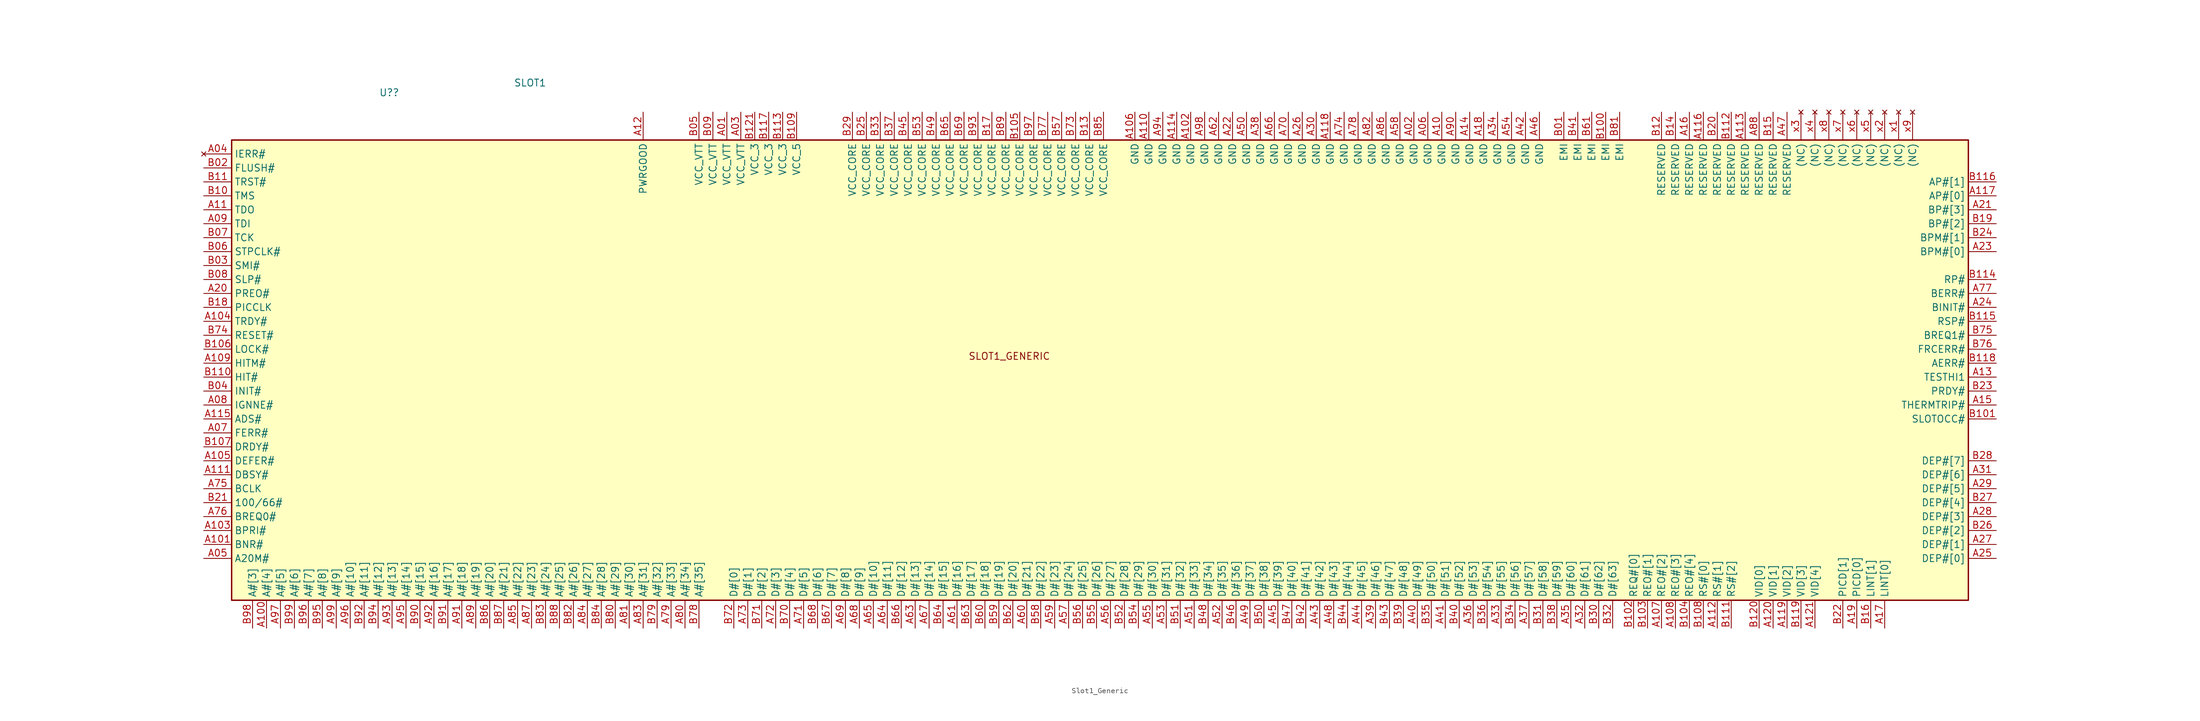
<source format=kicad_sym>
(kicad_symbol_lib
  (version 20240819)
  (generator "kicad_symbol_editor")
  (generator_version "8.99")
  (symbol "Slot1_Generic"
    (property "Reference" "U?"
      (at -112.268 50.546 0)
      (effects (font (size 1.27 1.27))))
    (property "Value" "SLOT1"
      (at -86.614 52.324 0)
      (effects (font (size 1.27 1.27))))
    (symbol "Slot1_Generic_0_1"
      (rectangle (start -140.97 41.91) (end 175.26 -41.91) (stroke (width 0.254) (type default)) (fill (type background))))
    (symbol "Slot1_Generic_1_1"
      (text "SLOT1_GENERIC" (at 0.635 2.54 0) (effects (font (size 1.27 1.27))))
      (pin no_connect line (at -146.05 39.37 0) (length 5.08) (name "IERR#" (effects (font (size 1.27 1.27)))) (number "A04" (effects (font (size 1.27 1.27)))))
      (pin input line (at -146.05 36.83 0) (length 5.08) (name "FLUSH#" (effects (font (size 1.27 1.27)))) (number "B02" (effects (font (size 1.27 1.27)))))
      (pin input line (at -146.05 34.29 0) (length 5.08) (name "TRST#" (effects (font (size 1.27 1.27)))) (number "B11" (effects (font (size 1.27 1.27)))))
      (pin input line (at -146.05 31.75 0) (length 5.08) (name "TMS" (effects (font (size 1.27 1.27)))) (number "B10" (effects (font (size 1.27 1.27)))))
      (pin output line (at -146.05 29.21 0) (length 5.08) (name "TDO" (effects (font (size 1.27 1.27)))) (number "A11" (effects (font (size 1.27 1.27)))))
      (pin input line (at -146.05 26.67 0) (length 5.08) (name "TDI" (effects (font (size 1.27 1.27)))) (number "A09" (effects (font (size 1.27 1.27)))))
      (pin input line (at -146.05 24.13 0) (length 5.08) (name "TCK" (effects (font (size 1.27 1.27)))) (number "B07" (effects (font (size 1.27 1.27)))))
      (pin input line (at -146.05 21.59 0) (length 5.08) (name "STPCLK#" (effects (font (size 1.27 1.27)))) (number "B06" (effects (font (size 1.27 1.27)))))
      (pin input line (at -146.05 19.05 0) (length 5.08) (name "SMI#" (effects (font (size 1.27 1.27)))) (number "B03" (effects (font (size 1.27 1.27)))))
      (pin input line (at -146.05 16.51 0) (length 5.08) (name "SLP#" (effects (font (size 1.27 1.27)))) (number "B08" (effects (font (size 1.27 1.27)))))
      (pin input line (at -146.05 13.97 0) (length 5.08) (name "PREO#" (effects (font (size 1.27 1.27)))) (number "A20" (effects (font (size 1.27 1.27)))))
      (pin input line (at -146.05 11.43 0) (length 5.08) (name "PICCLK" (effects (font (size 1.27 1.27)))) (number "B18" (effects (font (size 1.27 1.27)))))
      (pin input line (at -146.05 8.89 0) (length 5.08) (name "TRDY#" (effects (font (size 1.27 1.27)))) (number "A104" (effects (font (size 1.27 1.27)))))
      (pin input line (at -146.05 6.35 0) (length 5.08) (name "RESET#" (effects (font (size 1.27 1.27)))) (number "B74" (effects (font (size 1.27 1.27)))))
      (pin input line (at -146.05 3.81 0) (length 5.08) (name "LOCK#" (effects (font (size 1.27 1.27)))) (number "B106" (effects (font (size 1.27 1.27)))))
      (pin bidirectional line (at -146.05 1.27 0) (length 5.08) (name "HITM#" (effects (font (size 1.27 1.27)))) (number "A109" (effects (font (size 1.27 1.27)))))
      (pin bidirectional line (at -146.05 -1.27 0) (length 5.08) (name "HIT#" (effects (font (size 1.27 1.27)))) (number "B110" (effects (font (size 1.27 1.27)))))
      (pin input line (at -146.05 -3.81 0) (length 5.08) (name "INIT#" (effects (font (size 1.27 1.27)))) (number "B04" (effects (font (size 1.27 1.27)))))
      (pin input line (at -146.05 -6.35 0) (length 5.08) (name "IGNNE#" (effects (font (size 1.27 1.27)))) (number "A08" (effects (font (size 1.27 1.27)))))
      (pin bidirectional line (at -146.05 -8.89 0) (length 5.08) (name "ADS#" (effects (font (size 1.27 1.27)))) (number "A115" (effects (font (size 1.27 1.27)))))
      (pin output line (at -146.05 -11.43 0) (length 5.08) (name "FERR#" (effects (font (size 1.27 1.27)))) (number "A07" (effects (font (size 1.27 1.27)))))
      (pin bidirectional line (at -146.05 -13.97 0) (length 5.08) (name "DRDY#" (effects (font (size 1.27 1.27)))) (number "B107" (effects (font (size 1.27 1.27)))))
      (pin input line (at -146.05 -16.51 0) (length 5.08) (name "DEFER#" (effects (font (size 1.27 1.27)))) (number "A105" (effects (font (size 1.27 1.27)))))
      (pin bidirectional line (at -146.05 -19.05 0) (length 5.08) (name "DBSY#" (effects (font (size 1.27 1.27)))) (number "A111" (effects (font (size 1.27 1.27)))))
      (pin input line (at -146.05 -21.59 0) (length 5.08) (name "BCLK" (effects (font (size 1.27 1.27)))) (number "A75" (effects (font (size 1.27 1.27)))))
      (pin input line (at -146.05 -24.13 0) (length 5.08) (name "100/66#" (effects (font (size 1.27 1.27)))) (number "B21" (effects (font (size 1.27 1.27)))))
      (pin input line (at -146.05 -26.67 0) (length 5.08) (name "BREQ0#" (effects (font (size 1.27 1.27)))) (number "A76" (effects (font (size 1.27 1.27)))))
      (pin input line (at -146.05 -29.21 0) (length 5.08) (name "BPRI#" (effects (font (size 1.27 1.27)))) (number "A103" (effects (font (size 1.27 1.27)))))
      (pin bidirectional line (at -146.05 -31.75 0) (length 5.08) (name "BNR#" (effects (font (size 1.27 1.27)))) (number "A101" (effects (font (size 1.27 1.27)))))
      (pin input line (at -146.05 -34.29 0) (length 5.08) (name "A20M#" (effects (font (size 1.27 1.27)))) (number "A05" (effects (font (size 1.27 1.27)))))
      (pin bidirectional line (at -137.16 -46.99 90) (length 5.08) (name "A#[3]" (effects (font (size 1.27 1.27)))) (number "B98" (effects (font (size 1.27 1.27)))))
      (pin bidirectional line (at -134.62 -46.99 90) (length 5.08) (name "A#[4]" (effects (font (size 1.27 1.27)))) (number "A100" (effects (font (size 1.27 1.27)))))
      (pin bidirectional line (at -132.08 -46.99 90) (length 5.08) (name "A#[5]" (effects (font (size 1.27 1.27)))) (number "A97" (effects (font (size 1.27 1.27)))))
      (pin bidirectional line (at -129.54 -46.99 90) (length 5.08) (name "A#[6]" (effects (font (size 1.27 1.27)))) (number "B99" (effects (font (size 1.27 1.27)))))
      (pin bidirectional line (at -127 -46.99 90) (length 5.08) (name "A#[7]" (effects (font (size 1.27 1.27)))) (number "B96" (effects (font (size 1.27 1.27)))))
      (pin bidirectional line (at -124.46 -46.99 90) (length 5.08) (name "A#[8]" (effects (font (size 1.27 1.27)))) (number "B95" (effects (font (size 1.27 1.27)))))
      (pin bidirectional line (at -121.92 -46.99 90) (length 5.08) (name "A#[9]" (effects (font (size 1.27 1.27)))) (number "A99" (effects (font (size 1.27 1.27)))))
      (pin bidirectional line (at -119.38 -46.99 90) (length 5.08) (name "A#[10]" (effects (font (size 1.27 1.27)))) (number "A96" (effects (font (size 1.27 1.27)))))
      (pin bidirectional line (at -116.84 -46.99 90) (length 5.08) (name "A#[11]" (effects (font (size 1.27 1.27)))) (number "B92" (effects (font (size 1.27 1.27)))))
      (pin bidirectional line (at -114.3 -46.99 90) (length 5.08) (name "A#[12]" (effects (font (size 1.27 1.27)))) (number "B94" (effects (font (size 1.27 1.27)))))
      (pin bidirectional line (at -111.76 -46.99 90) (length 5.08) (name "A#[13]" (effects (font (size 1.27 1.27)))) (number "A93" (effects (font (size 1.27 1.27)))))
      (pin bidirectional line (at -109.22 -46.99 90) (length 5.08) (name "A#[14]" (effects (font (size 1.27 1.27)))) (number "A95" (effects (font (size 1.27 1.27)))))
      (pin bidirectional line (at -106.68 -46.99 90) (length 5.08) (name "A#[15]" (effects (font (size 1.27 1.27)))) (number "B90" (effects (font (size 1.27 1.27)))))
      (pin bidirectional line (at -104.14 -46.99 90) (length 5.08) (name "A#[16]" (effects (font (size 1.27 1.27)))) (number "A92" (effects (font (size 1.27 1.27)))))
      (pin bidirectional line (at -101.6 -46.99 90) (length 5.08) (name "A#[17]" (effects (font (size 1.27 1.27)))) (number "B91" (effects (font (size 1.27 1.27)))))
      (pin bidirectional line (at -99.06 -46.99 90) (length 5.08) (name "A#[18]" (effects (font (size 1.27 1.27)))) (number "A91" (effects (font (size 1.27 1.27)))))
      (pin bidirectional line (at -96.52 -46.99 90) (length 5.08) (name "A#[19]" (effects (font (size 1.27 1.27)))) (number "A89" (effects (font (size 1.27 1.27)))))
      (pin bidirectional line (at -93.98 -46.99 90) (length 5.08) (name "A#[20]" (effects (font (size 1.27 1.27)))) (number "B86" (effects (font (size 1.27 1.27)))))
      (pin bidirectional line (at -91.44 -46.99 90) (length 5.08) (name "A#[21]" (effects (font (size 1.27 1.27)))) (number "B87" (effects (font (size 1.27 1.27)))))
      (pin bidirectional line (at -88.9 -46.99 90) (length 5.08) (name "A#[22]" (effects (font (size 1.27 1.27)))) (number "A85" (effects (font (size 1.27 1.27)))))
      (pin bidirectional line (at -86.36 -46.99 90) (length 5.08) (name "A#[23]" (effects (font (size 1.27 1.27)))) (number "A87" (effects (font (size 1.27 1.27)))))
      (pin bidirectional line (at -83.82 -46.99 90) (length 5.08) (name "A#[24]" (effects (font (size 1.27 1.27)))) (number "B83" (effects (font (size 1.27 1.27)))))
      (pin bidirectional line (at -81.28 -46.99 90) (length 5.08) (name "A#[25]" (effects (font (size 1.27 1.27)))) (number "B88" (effects (font (size 1.27 1.27)))))
      (pin bidirectional line (at -78.74 -46.99 90) (length 5.08) (name "A#[26]" (effects (font (size 1.27 1.27)))) (number "B82" (effects (font (size 1.27 1.27)))))
      (pin bidirectional line (at -76.2 -46.99 90) (length 5.08) (name "A#[27]" (effects (font (size 1.27 1.27)))) (number "A84" (effects (font (size 1.27 1.27)))))
      (pin bidirectional line (at -73.66 -46.99 90) (length 5.08) (name "A#[28]" (effects (font (size 1.27 1.27)))) (number "B84" (effects (font (size 1.27 1.27)))))
      (pin bidirectional line (at -71.12 -46.99 90) (length 5.08) (name "A#[29]" (effects (font (size 1.27 1.27)))) (number "B80" (effects (font (size 1.27 1.27)))))
      (pin bidirectional line (at -68.58 -46.99 90) (length 5.08) (name "A#[30]" (effects (font (size 1.27 1.27)))) (number "A81" (effects (font (size 1.27 1.27)))))
      (pin input line (at -66.04 46.99 270) (length 5.08) (name "PWRGOOD" (effects (font (size 1.27 1.27)))) (number "A12" (effects (font (size 1.27 1.27)))))
      (pin bidirectional line (at -66.04 -46.99 90) (length 5.08) (name "A#[31]" (effects (font (size 1.27 1.27)))) (number "A83" (effects (font (size 1.27 1.27)))))
      (pin bidirectional line (at -63.5 -46.99 90) (length 5.08) (name "A#[32]" (effects (font (size 1.27 1.27)))) (number "B79" (effects (font (size 1.27 1.27)))))
      (pin bidirectional line (at -60.96 -46.99 90) (length 5.08) (name "A#[33]" (effects (font (size 1.27 1.27)))) (number "A79" (effects (font (size 1.27 1.27)))))
      (pin bidirectional line (at -58.42 -46.99 90) (length 5.08) (name "A#[34]" (effects (font (size 1.27 1.27)))) (number "A80" (effects (font (size 1.27 1.27)))))
      (pin power_in line (at -55.88 46.99 270) (length 5.08) (name "VCC_VTT" (effects (font (size 1.27 1.27)))) (number "B05" (effects (font (size 1.27 1.27)))))
      (pin bidirectional line (at -55.88 -46.99 90) (length 5.08) (name "A#[35]" (effects (font (size 1.27 1.27)))) (number "B78" (effects (font (size 1.27 1.27)))))
      (pin power_in line (at -53.34 46.99 270) (length 5.08) (name "VCC_VTT" (effects (font (size 1.27 1.27)))) (number "B09" (effects (font (size 1.27 1.27)))))
      (pin power_in line (at -50.8 46.99 270) (length 5.08) (name "VCC_VTT" (effects (font (size 1.27 1.27)))) (number "A01" (effects (font (size 1.27 1.27)))))
      (pin bidirectional line (at -49.53 -46.99 90) (length 5.08) (name "D#[0]" (effects (font (size 1.27 1.27)))) (number "B72" (effects (font (size 1.27 1.27)))))
      (pin power_in line (at -48.26 46.99 270) (length 5.08) (name "VCC_VTT" (effects (font (size 1.27 1.27)))) (number "A03" (effects (font (size 1.27 1.27)))))
      (pin bidirectional line (at -46.99 -46.99 90) (length 5.08) (name "D#[1]" (effects (font (size 1.27 1.27)))) (number "A73" (effects (font (size 1.27 1.27)))))
      (pin power_in line (at -45.72 46.99 270) (length 5.08) (name "VCC_3" (effects (font (size 1.27 1.27)))) (number "B121" (effects (font (size 1.27 1.27)))))
      (pin bidirectional line (at -44.45 -46.99 90) (length 5.08) (name "D#[2]" (effects (font (size 1.27 1.27)))) (number "B71" (effects (font (size 1.27 1.27)))))
      (pin power_in line (at -43.18 46.99 270) (length 5.08) (name "VCC_3" (effects (font (size 1.27 1.27)))) (number "B117" (effects (font (size 1.27 1.27)))))
      (pin bidirectional line (at -41.91 -46.99 90) (length 5.08) (name "D#[3]" (effects (font (size 1.27 1.27)))) (number "A72" (effects (font (size 1.27 1.27)))))
      (pin power_in line (at -40.64 46.99 270) (length 5.08) (name "VCC_3" (effects (font (size 1.27 1.27)))) (number "B113" (effects (font (size 1.27 1.27)))))
      (pin bidirectional line (at -39.37 -46.99 90) (length 5.08) (name "D#[4]" (effects (font (size 1.27 1.27)))) (number "B70" (effects (font (size 1.27 1.27)))))
      (pin input line (at -38.1 46.99 270) (length 5.08) (name "VCC_5" (effects (font (size 1.27 1.27)))) (number "B109" (effects (font (size 1.27 1.27)))))
      (pin bidirectional line (at -36.83 -46.99 90) (length 5.08) (name "D#[5]" (effects (font (size 1.27 1.27)))) (number "A71" (effects (font (size 1.27 1.27)))))
      (pin bidirectional line (at -34.29 -46.99 90) (length 5.08) (name "D#[6]" (effects (font (size 1.27 1.27)))) (number "B68" (effects (font (size 1.27 1.27)))))
      (pin bidirectional line (at -31.75 -46.99 90) (length 5.08) (name "D#[7]" (effects (font (size 1.27 1.27)))) (number "B67" (effects (font (size 1.27 1.27)))))
      (pin bidirectional line (at -29.21 -46.99 90) (length 5.08) (name "D#[8]" (effects (font (size 1.27 1.27)))) (number "A69" (effects (font (size 1.27 1.27)))))
      (pin power_in line (at -27.94 46.99 270) (length 5.08) (name "VCC_CORE" (effects (font (size 1.27 1.27)))) (number "B29" (effects (font (size 1.27 1.27)))))
      (pin bidirectional line (at -26.67 -46.99 90) (length 5.08) (name "D#[9]" (effects (font (size 1.27 1.27)))) (number "A68" (effects (font (size 1.27 1.27)))))
      (pin power_in line (at -25.4 46.99 270) (length 5.08) (name "VCC_CORE" (effects (font (size 1.27 1.27)))) (number "B25" (effects (font (size 1.27 1.27)))))
      (pin bidirectional line (at -24.13 -46.99 90) (length 5.08) (name "D#[10]" (effects (font (size 1.27 1.27)))) (number "A65" (effects (font (size 1.27 1.27)))))
      (pin power_in line (at -22.86 46.99 270) (length 5.08) (name "VCC_CORE" (effects (font (size 1.27 1.27)))) (number "B33" (effects (font (size 1.27 1.27)))))
      (pin bidirectional line (at -21.59 -46.99 90) (length 5.08) (name "D#[11]" (effects (font (size 1.27 1.27)))) (number "A64" (effects (font (size 1.27 1.27)))))
      (pin power_in line (at -20.32 46.99 270) (length 5.08) (name "VCC_CORE" (effects (font (size 1.27 1.27)))) (number "B37" (effects (font (size 1.27 1.27)))))
      (pin bidirectional line (at -19.05 -46.99 90) (length 5.08) (name "D#[12]" (effects (font (size 1.27 1.27)))) (number "B66" (effects (font (size 1.27 1.27)))))
      (pin power_in line (at -17.78 46.99 270) (length 5.08) (name "VCC_CORE" (effects (font (size 1.27 1.27)))) (number "B45" (effects (font (size 1.27 1.27)))))
      (pin bidirectional line (at -16.51 -46.99 90) (length 5.08) (name "D#[13]" (effects (font (size 1.27 1.27)))) (number "A63" (effects (font (size 1.27 1.27)))))
      (pin power_in line (at -15.24 46.99 270) (length 5.08) (name "VCC_CORE" (effects (font (size 1.27 1.27)))) (number "B53" (effects (font (size 1.27 1.27)))))
      (pin bidirectional line (at -13.97 -46.99 90) (length 5.08) (name "D#[14]" (effects (font (size 1.27 1.27)))) (number "A67" (effects (font (size 1.27 1.27)))))
      (pin power_in line (at -12.7 46.99 270) (length 5.08) (name "VCC_CORE" (effects (font (size 1.27 1.27)))) (number "B49" (effects (font (size 1.27 1.27)))))
      (pin bidirectional line (at -11.43 -46.99 90) (length 5.08) (name "D#[15]" (effects (font (size 1.27 1.27)))) (number "B64" (effects (font (size 1.27 1.27)))))
      (pin power_in line (at -10.16 46.99 270) (length 5.08) (name "VCC_CORE" (effects (font (size 1.27 1.27)))) (number "B65" (effects (font (size 1.27 1.27)))))
      (pin bidirectional line (at -8.89 -46.99 90) (length 5.08) (name "D#[16]" (effects (font (size 1.27 1.27)))) (number "A61" (effects (font (size 1.27 1.27)))))
      (pin power_in line (at -7.62 46.99 270) (length 5.08) (name "VCC_CORE" (effects (font (size 1.27 1.27)))) (number "B69" (effects (font (size 1.27 1.27)))))
      (pin bidirectional line (at -6.35 -46.99 90) (length 5.08) (name "D#[17]" (effects (font (size 1.27 1.27)))) (number "B63" (effects (font (size 1.27 1.27)))))
      (pin power_in line (at -5.08 46.99 270) (length 5.08) (name "VCC_CORE" (effects (font (size 1.27 1.27)))) (number "B93" (effects (font (size 1.27 1.27)))))
      (pin bidirectional line (at -3.81 -46.99 90) (length 5.08) (name "D#[18]" (effects (font (size 1.27 1.27)))) (number "B60" (effects (font (size 1.27 1.27)))))
      (pin power_in line (at -2.54 46.99 270) (length 5.08) (name "VCC_CORE" (effects (font (size 1.27 1.27)))) (number "B17" (effects (font (size 1.27 1.27)))))
      (pin bidirectional line (at -1.27 -46.99 90) (length 5.08) (name "D#[19]" (effects (font (size 1.27 1.27)))) (number "B59" (effects (font (size 1.27 1.27)))))
      (pin power_in line (at 0 46.99 270) (length 5.08) (name "VCC_CORE" (effects (font (size 1.27 1.27)))) (number "B89" (effects (font (size 1.27 1.27)))))
      (pin bidirectional line (at 1.27 -46.99 90) (length 5.08) (name "D#[20]" (effects (font (size 1.27 1.27)))) (number "B62" (effects (font (size 1.27 1.27)))))
      (pin power_in line (at 2.54 46.99 270) (length 5.08) (name "VCC_CORE" (effects (font (size 1.27 1.27)))) (number "B105" (effects (font (size 1.27 1.27)))))
      (pin bidirectional line (at 3.81 -46.99 90) (length 5.08) (name "D#[21]" (effects (font (size 1.27 1.27)))) (number "A60" (effects (font (size 1.27 1.27)))))
      (pin power_in line (at 5.08 46.99 270) (length 5.08) (name "VCC_CORE" (effects (font (size 1.27 1.27)))) (number "B97" (effects (font (size 1.27 1.27)))))
      (pin bidirectional line (at 6.35 -46.99 90) (length 5.08) (name "D#[22]" (effects (font (size 1.27 1.27)))) (number "B58" (effects (font (size 1.27 1.27)))))
      (pin power_in line (at 7.62 46.99 270) (length 5.08) (name "VCC_CORE" (effects (font (size 1.27 1.27)))) (number "B77" (effects (font (size 1.27 1.27)))))
      (pin bidirectional line (at 8.89 -46.99 90) (length 5.08) (name "D#[23]" (effects (font (size 1.27 1.27)))) (number "A59" (effects (font (size 1.27 1.27)))))
      (pin power_in line (at 10.16 46.99 270) (length 5.08) (name "VCC_CORE" (effects (font (size 1.27 1.27)))) (number "B57" (effects (font (size 1.27 1.27)))))
      (pin bidirectional line (at 11.43 -46.99 90) (length 5.08) (name "D#[24]" (effects (font (size 1.27 1.27)))) (number "A57" (effects (font (size 1.27 1.27)))))
      (pin power_in line (at 12.7 46.99 270) (length 5.08) (name "VCC_CORE" (effects (font (size 1.27 1.27)))) (number "B73" (effects (font (size 1.27 1.27)))))
      (pin bidirectional line (at 13.97 -46.99 90) (length 5.08) (name "D#[25]" (effects (font (size 1.27 1.27)))) (number "B56" (effects (font (size 1.27 1.27)))))
      (pin power_in line (at 15.24 46.99 270) (length 5.08) (name "VCC_CORE" (effects (font (size 1.27 1.27)))) (number "B13" (effects (font (size 1.27 1.27)))))
      (pin bidirectional line (at 16.51 -46.99 90) (length 5.08) (name "D#[26]" (effects (font (size 1.27 1.27)))) (number "B55" (effects (font (size 1.27 1.27)))))
      (pin power_in line (at 17.78 46.99 270) (length 5.08) (name "VCC_CORE" (effects (font (size 1.27 1.27)))) (number "B85" (effects (font (size 1.27 1.27)))))
      (pin bidirectional line (at 19.05 -46.99 90) (length 5.08) (name "D#[27]" (effects (font (size 1.27 1.27)))) (number "A56" (effects (font (size 1.27 1.27)))))
      (pin bidirectional line (at 21.59 -46.99 90) (length 5.08) (name "D#[28]" (effects (font (size 1.27 1.27)))) (number "B52" (effects (font (size 1.27 1.27)))))
      (pin power_out line (at 23.495 46.99 270) (length 5.08) (name "GND" (effects (font (size 1.27 1.27)))) (number "A106" (effects (font (size 1.27 1.27)))))
      (pin bidirectional line (at 24.13 -46.99 90) (length 5.08) (name "D#[29]" (effects (font (size 1.27 1.27)))) (number "B54" (effects (font (size 1.27 1.27)))))
      (pin power_out line (at 26.035 46.99 270) (length 5.08) (name "GND" (effects (font (size 1.27 1.27)))) (number "A110" (effects (font (size 1.27 1.27)))))
      (pin bidirectional line (at 26.67 -46.99 90) (length 5.08) (name "D#[30]" (effects (font (size 1.27 1.27)))) (number "A55" (effects (font (size 1.27 1.27)))))
      (pin power_out line (at 28.575 46.99 270) (length 5.08) (name "GND" (effects (font (size 1.27 1.27)))) (number "A94" (effects (font (size 1.27 1.27)))))
      (pin bidirectional line (at 29.21 -46.99 90) (length 5.08) (name "D#[31]" (effects (font (size 1.27 1.27)))) (number "A53" (effects (font (size 1.27 1.27)))))
      (pin power_out line (at 31.115 46.99 270) (length 5.08) (name "GND" (effects (font (size 1.27 1.27)))) (number "A114" (effects (font (size 1.27 1.27)))))
      (pin bidirectional line (at 31.75 -46.99 90) (length 5.08) (name "D#[32]" (effects (font (size 1.27 1.27)))) (number "B51" (effects (font (size 1.27 1.27)))))
      (pin power_out line (at 33.655 46.99 270) (length 5.08) (name "GND" (effects (font (size 1.27 1.27)))) (number "A102" (effects (font (size 1.27 1.27)))))
      (pin bidirectional line (at 34.29 -46.99 90) (length 5.08) (name "D#[33]" (effects (font (size 1.27 1.27)))) (number "A51" (effects (font (size 1.27 1.27)))))
      (pin power_out line (at 36.195 46.99 270) (length 5.08) (name "GND" (effects (font (size 1.27 1.27)))) (number "A98" (effects (font (size 1.27 1.27)))))
      (pin bidirectional line (at 36.83 -46.99 90) (length 5.08) (name "D#[34]" (effects (font (size 1.27 1.27)))) (number "B48" (effects (font (size 1.27 1.27)))))
      (pin power_out line (at 38.735 46.99 270) (length 5.08) (name "GND" (effects (font (size 1.27 1.27)))) (number "A62" (effects (font (size 1.27 1.27)))))
      (pin bidirectional line (at 39.37 -46.99 90) (length 5.08) (name "D#[35]" (effects (font (size 1.27 1.27)))) (number "A52" (effects (font (size 1.27 1.27)))))
      (pin power_out line (at 41.275 46.99 270) (length 5.08) (name "GND" (effects (font (size 1.27 1.27)))) (number "A22" (effects (font (size 1.27 1.27)))))
      (pin bidirectional line (at 41.91 -46.99 90) (length 5.08) (name "D#[36]" (effects (font (size 1.27 1.27)))) (number "B46" (effects (font (size 1.27 1.27)))))
      (pin power_out line (at 43.815 46.99 270) (length 5.08) (name "GND" (effects (font (size 1.27 1.27)))) (number "A50" (effects (font (size 1.27 1.27)))))
      (pin bidirectional line (at 44.45 -46.99 90) (length 5.08) (name "D#[37]" (effects (font (size 1.27 1.27)))) (number "A49" (effects (font (size 1.27 1.27)))))
      (pin power_out line (at 46.355 46.99 270) (length 5.08) (name "GND" (effects (font (size 1.27 1.27)))) (number "A38" (effects (font (size 1.27 1.27)))))
      (pin bidirectional line (at 46.99 -46.99 90) (length 5.08) (name "D#[38]" (effects (font (size 1.27 1.27)))) (number "B50" (effects (font (size 1.27 1.27)))))
      (pin power_out line (at 48.895 46.99 270) (length 5.08) (name "GND" (effects (font (size 1.27 1.27)))) (number "A66" (effects (font (size 1.27 1.27)))))
      (pin bidirectional line (at 49.53 -46.99 90) (length 5.08) (name "D#[39]" (effects (font (size 1.27 1.27)))) (number "A45" (effects (font (size 1.27 1.27)))))
      (pin power_out line (at 51.435 46.99 270) (length 5.08) (name "GND" (effects (font (size 1.27 1.27)))) (number "A70" (effects (font (size 1.27 1.27)))))
      (pin bidirectional line (at 52.07 -46.99 90) (length 5.08) (name "D#[40]" (effects (font (size 1.27 1.27)))) (number "B47" (effects (font (size 1.27 1.27)))))
      (pin power_out line (at 53.975 46.99 270) (length 5.08) (name "GND" (effects (font (size 1.27 1.27)))) (number "A26" (effects (font (size 1.27 1.27)))))
      (pin bidirectional line (at 54.61 -46.99 90) (length 5.08) (name "D#[41]" (effects (font (size 1.27 1.27)))) (number "B42" (effects (font (size 1.27 1.27)))))
      (pin power_out line (at 56.515 46.99 270) (length 5.08) (name "GND" (effects (font (size 1.27 1.27)))) (number "A30" (effects (font (size 1.27 1.27)))))
      (pin bidirectional line (at 57.15 -46.99 90) (length 5.08) (name "D#[42]" (effects (font (size 1.27 1.27)))) (number "A43" (effects (font (size 1.27 1.27)))))
      (pin power_out line (at 59.055 46.99 270) (length 5.08) (name "GND" (effects (font (size 1.27 1.27)))) (number "A118" (effects (font (size 1.27 1.27)))))
      (pin bidirectional line (at 59.69 -46.99 90) (length 5.08) (name "D#[43]" (effects (font (size 1.27 1.27)))) (number "A48" (effects (font (size 1.27 1.27)))))
      (pin power_out line (at 61.595 46.99 270) (length 5.08) (name "GND" (effects (font (size 1.27 1.27)))) (number "A74" (effects (font (size 1.27 1.27)))))
      (pin bidirectional line (at 62.23 -46.99 90) (length 5.08) (name "D#[44]" (effects (font (size 1.27 1.27)))) (number "B44" (effects (font (size 1.27 1.27)))))
      (pin power_out line (at 64.135 46.99 270) (length 5.08) (name "GND" (effects (font (size 1.27 1.27)))) (number "A78" (effects (font (size 1.27 1.27)))))
      (pin bidirectional line (at 64.77 -46.99 90) (length 5.08) (name "D#[45]" (effects (font (size 1.27 1.27)))) (number "A44" (effects (font (size 1.27 1.27)))))
      (pin power_out line (at 66.675 46.99 270) (length 5.08) (name "GND" (effects (font (size 1.27 1.27)))) (number "A82" (effects (font (size 1.27 1.27)))))
      (pin bidirectional line (at 67.31 -46.99 90) (length 5.08) (name "D#[46]" (effects (font (size 1.27 1.27)))) (number "A39" (effects (font (size 1.27 1.27)))))
      (pin power_out line (at 69.215 46.99 270) (length 5.08) (name "GND" (effects (font (size 1.27 1.27)))) (number "A86" (effects (font (size 1.27 1.27)))))
      (pin bidirectional line (at 69.85 -46.99 90) (length 5.08) (name "D#[47]" (effects (font (size 1.27 1.27)))) (number "B43" (effects (font (size 1.27 1.27)))))
      (pin power_out line (at 71.755 46.99 270) (length 5.08) (name "GND" (effects (font (size 1.27 1.27)))) (number "A58" (effects (font (size 1.27 1.27)))))
      (pin bidirectional line (at 72.39 -46.99 90) (length 5.08) (name "D#[48]" (effects (font (size 1.27 1.27)))) (number "B39" (effects (font (size 1.27 1.27)))))
      (pin power_out line (at 74.295 46.99 270) (length 5.08) (name "GND" (effects (font (size 1.27 1.27)))) (number "A02" (effects (font (size 1.27 1.27)))))
      (pin bidirectional line (at 74.93 -46.99 90) (length 5.08) (name "D#[49]" (effects (font (size 1.27 1.27)))) (number "A40" (effects (font (size 1.27 1.27)))))
      (pin power_out line (at 76.835 46.99 270) (length 5.08) (name "GND" (effects (font (size 1.27 1.27)))) (number "A06" (effects (font (size 1.27 1.27)))))
      (pin bidirectional line (at 77.47 -46.99 90) (length 5.08) (name "D#[50]" (effects (font (size 1.27 1.27)))) (number "B35" (effects (font (size 1.27 1.27)))))
      (pin power_out line (at 79.375 46.99 270) (length 5.08) (name "GND" (effects (font (size 1.27 1.27)))) (number "A10" (effects (font (size 1.27 1.27)))))
      (pin bidirectional line (at 80.01 -46.99 90) (length 5.08) (name "D#[51]" (effects (font (size 1.27 1.27)))) (number "A41" (effects (font (size 1.27 1.27)))))
      (pin power_out line (at 81.915 46.99 270) (length 5.08) (name "GND" (effects (font (size 1.27 1.27)))) (number "A90" (effects (font (size 1.27 1.27)))))
      (pin bidirectional line (at 82.55 -46.99 90) (length 5.08) (name "D#[52]" (effects (font (size 1.27 1.27)))) (number "B40" (effects (font (size 1.27 1.27)))))
      (pin power_out line (at 84.455 46.99 270) (length 5.08) (name "GND" (effects (font (size 1.27 1.27)))) (number "A14" (effects (font (size 1.27 1.27)))))
      (pin bidirectional line (at 85.09 -46.99 90) (length 5.08) (name "D#[53]" (effects (font (size 1.27 1.27)))) (number "A36" (effects (font (size 1.27 1.27)))))
      (pin power_out line (at 86.995 46.99 270) (length 5.08) (name "GND" (effects (font (size 1.27 1.27)))) (number "A18" (effects (font (size 1.27 1.27)))))
      (pin bidirectional line (at 87.63 -46.99 90) (length 5.08) (name "D#[54]" (effects (font (size 1.27 1.27)))) (number "B36" (effects (font (size 1.27 1.27)))))
      (pin power_out line (at 89.535 46.99 270) (length 5.08) (name "GND" (effects (font (size 1.27 1.27)))) (number "A34" (effects (font (size 1.27 1.27)))))
      (pin bidirectional line (at 90.17 -46.99 90) (length 5.08) (name "D#[55]" (effects (font (size 1.27 1.27)))) (number "A33" (effects (font (size 1.27 1.27)))))
      (pin power_out line (at 92.075 46.99 270) (length 5.08) (name "GND" (effects (font (size 1.27 1.27)))) (number "A54" (effects (font (size 1.27 1.27)))))
      (pin bidirectional line (at 92.71 -46.99 90) (length 5.08) (name "D#[56]" (effects (font (size 1.27 1.27)))) (number "B34" (effects (font (size 1.27 1.27)))))
      (pin power_out line (at 94.615 46.99 270) (length 5.08) (name "GND" (effects (font (size 1.27 1.27)))) (number "A42" (effects (font (size 1.27 1.27)))))
      (pin bidirectional line (at 95.25 -46.99 90) (length 5.08) (name "D#[57]" (effects (font (size 1.27 1.27)))) (number "A37" (effects (font (size 1.27 1.27)))))
      (pin power_out line (at 97.155 46.99 270) (length 5.08) (name "GND" (effects (font (size 1.27 1.27)))) (number "A46" (effects (font (size 1.27 1.27)))))
      (pin bidirectional line (at 97.79 -46.99 90) (length 5.08) (name "D#[58]" (effects (font (size 1.27 1.27)))) (number "B31" (effects (font (size 1.27 1.27)))))
      (pin bidirectional line (at 100.33 -46.99 90) (length 5.08) (name "D#[59]" (effects (font (size 1.27 1.27)))) (number "B38" (effects (font (size 1.27 1.27)))))
      (pin unspecified line (at 101.6 46.99 270) (length 5.08) (name "EMI" (effects (font (size 1.27 1.27)))) (number "B01" (effects (font (size 1.27 1.27)))))
      (pin bidirectional line (at 102.87 -46.99 90) (length 5.08) (name "D#[60]" (effects (font (size 1.27 1.27)))) (number "A35" (effects (font (size 1.27 1.27)))))
      (pin unspecified line (at 104.14 46.99 270) (length 5.08) (name "EMI" (effects (font (size 1.27 1.27)))) (number "B41" (effects (font (size 1.27 1.27)))))
      (pin bidirectional line (at 105.41 -46.99 90) (length 5.08) (name "D#[61]" (effects (font (size 1.27 1.27)))) (number "A32" (effects (font (size 1.27 1.27)))))
      (pin unspecified line (at 106.68 46.99 270) (length 5.08) (name "EMI" (effects (font (size 1.27 1.27)))) (number "B61" (effects (font (size 1.27 1.27)))))
      (pin bidirectional line (at 107.95 -46.99 90) (length 5.08) (name "D#[62]" (effects (font (size 1.27 1.27)))) (number "B30" (effects (font (size 1.27 1.27)))))
      (pin unspecified line (at 109.22 46.99 270) (length 5.08) (name "EMI" (effects (font (size 1.27 1.27)))) (number "B100" (effects (font (size 1.27 1.27)))))
      (pin bidirectional line (at 110.49 -46.99 90) (length 5.08) (name "D#[63]" (effects (font (size 1.27 1.27)))) (number "B32" (effects (font (size 1.27 1.27)))))
      (pin unspecified line (at 111.76 46.99 270) (length 5.08) (name "EMI" (effects (font (size 1.27 1.27)))) (number "B81" (effects (font (size 1.27 1.27)))))
      (pin bidirectional line (at 114.3 -46.99 90) (length 5.08) (name "REQ#[0]" (effects (font (size 1.27 1.27)))) (number "B102" (effects (font (size 1.27 1.27)))))
      (pin bidirectional line (at 116.84 -46.99 90) (length 5.08) (name "REO#[1]" (effects (font (size 1.27 1.27)))) (number "B103" (effects (font (size 1.27 1.27)))))
      (pin unspecified line (at 119.38 46.99 270) (length 5.08) (name "RESERVED" (effects (font (size 1.27 1.27)))) (number "B12" (effects (font (size 1.27 1.27)))))
      (pin bidirectional line (at 119.38 -46.99 90) (length 5.08) (name "REO#[2]" (effects (font (size 1.27 1.27)))) (number "A107" (effects (font (size 1.27 1.27)))))
      (pin unspecified line (at 121.92 46.99 270) (length 5.08) (name "RESERVED" (effects (font (size 1.27 1.27)))) (number "B14" (effects (font (size 1.27 1.27)))))
      (pin bidirectional line (at 121.92 -46.99 90) (length 5.08) (name "REO#[3]" (effects (font (size 1.27 1.27)))) (number "A108" (effects (font (size 1.27 1.27)))))
      (pin unspecified line (at 124.46 46.99 270) (length 5.08) (name "RESERVED" (effects (font (size 1.27 1.27)))) (number "A16" (effects (font (size 1.27 1.27)))))
      (pin bidirectional line (at 124.46 -46.99 90) (length 5.08) (name "REO#[4]" (effects (font (size 1.27 1.27)))) (number "B104" (effects (font (size 1.27 1.27)))))
      (pin unspecified line (at 127 46.99 270) (length 5.08) (name "RESERVED" (effects (font (size 1.27 1.27)))) (number "A116" (effects (font (size 1.27 1.27)))))
      (pin input line (at 127 -46.99 90) (length 5.08) (name "RS#[0]" (effects (font (size 1.27 1.27)))) (number "B108" (effects (font (size 1.27 1.27)))))
      (pin unspecified line (at 129.54 46.99 270) (length 5.08) (name "RESERVED" (effects (font (size 1.27 1.27)))) (number "B20" (effects (font (size 1.27 1.27)))))
      (pin input line (at 129.54 -46.99 90) (length 5.08) (name "RS#[1]" (effects (font (size 1.27 1.27)))) (number "A112" (effects (font (size 1.27 1.27)))))
      (pin unspecified line (at 132.08 46.99 270) (length 5.08) (name "RESERVED" (effects (font (size 1.27 1.27)))) (number "B112" (effects (font (size 1.27 1.27)))))
      (pin input line (at 132.08 -46.99 90) (length 5.08) (name "RS#[2]" (effects (font (size 1.27 1.27)))) (number "B111" (effects (font (size 1.27 1.27)))))
      (pin unspecified line (at 134.62 46.99 270) (length 5.08) (name "RESERVED" (effects (font (size 1.27 1.27)))) (number "A113" (effects (font (size 1.27 1.27)))))
      (pin unspecified line (at 137.16 46.99 270) (length 5.08) (name "RESERVED" (effects (font (size 1.27 1.27)))) (number "A88" (effects (font (size 1.27 1.27)))))
      (pin output line (at 137.16 -46.99 90) (length 5.08) (name "VID[0]" (effects (font (size 1.27 1.27)))) (number "B120" (effects (font (size 1.27 1.27)))))
      (pin unspecified line (at 139.7 46.99 270) (length 5.08) (name "RESERVED" (effects (font (size 1.27 1.27)))) (number "B15" (effects (font (size 1.27 1.27)))))
      (pin output line (at 139.7 -46.99 90) (length 5.08) (name "VID[1]" (effects (font (size 1.27 1.27)))) (number "A120" (effects (font (size 1.27 1.27)))))
      (pin unspecified line (at 142.24 46.99 270) (length 5.08) (name "RESERVED" (effects (font (size 1.27 1.27)))) (number "A47" (effects (font (size 1.27 1.27)))))
      (pin output line (at 142.24 -46.99 90) (length 5.08) (name "VID[2]" (effects (font (size 1.27 1.27)))) (number "A119" (effects (font (size 1.27 1.27)))))
      (pin no_connect line (at 144.78 46.99 270) (length 5.08) (name "(NC)" (effects (font (size 1.27 1.27)))) (number "x3" (effects (font (size 1.27 1.27)))))
      (pin output line (at 144.78 -46.99 90) (length 5.08) (name "VID[3]" (effects (font (size 1.27 1.27)))) (number "B119" (effects (font (size 1.27 1.27)))))
      (pin no_connect line (at 147.32 46.99 270) (length 5.08) (name "(NC)" (effects (font (size 1.27 1.27)))) (number "x4" (effects (font (size 1.27 1.27)))))
      (pin output line (at 147.32 -46.99 90) (length 5.08) (name "VID[4]" (effects (font (size 1.27 1.27)))) (number "A121" (effects (font (size 1.27 1.27)))))
      (pin no_connect line (at 149.86 46.99 270) (length 5.08) (name "(NC)" (effects (font (size 1.27 1.27)))) (number "x8" (effects (font (size 1.27 1.27)))))
      (pin no_connect line (at 152.4 46.99 270) (length 5.08) (name "(NC)" (effects (font (size 1.27 1.27)))) (number "x7" (effects (font (size 1.27 1.27)))))
      (pin input line (at 152.4 -46.99 90) (length 5.08) (name "PICD[1]" (effects (font (size 1.27 1.27)))) (number "B22" (effects (font (size 1.27 1.27)))))
      (pin no_connect line (at 154.94 46.99 270) (length 5.08) (name "(NC)" (effects (font (size 1.27 1.27)))) (number "x6" (effects (font (size 1.27 1.27)))))
      (pin bidirectional line (at 154.94 -46.99 90) (length 5.08) (name "PICD[0]" (effects (font (size 1.27 1.27)))) (number "A19" (effects (font (size 1.27 1.27)))))
      (pin no_connect line (at 157.48 46.99 270) (length 5.08) (name "(NC)" (effects (font (size 1.27 1.27)))) (number "x5" (effects (font (size 1.27 1.27)))))
      (pin input line (at 157.48 -46.99 90) (length 5.08) (name "LINT[1]" (effects (font (size 1.27 1.27)))) (number "B16" (effects (font (size 1.27 1.27)))))
      (pin no_connect line (at 160.02 46.99 270) (length 5.08) (name "(NC)" (effects (font (size 1.27 1.27)))) (number "x2" (effects (font (size 1.27 1.27)))))
      (pin input line (at 160.02 -46.99 90) (length 5.08) (name "LINT[0]" (effects (font (size 1.27 1.27)))) (number "A17" (effects (font (size 1.27 1.27)))))
      (pin no_connect line (at 162.56 46.99 270) (length 5.08) (name "(NC)" (effects (font (size 1.27 1.27)))) (number "x1" (effects (font (size 1.27 1.27)))))
      (pin no_connect line (at 165.1 46.99 270) (length 5.08) (name "(NC)" (effects (font (size 1.27 1.27)))) (number "x9" (effects (font (size 1.27 1.27)))))
      (pin unspecified line (at 180.34 34.29 180) (length 5.08) (name "AP#[1]" (effects (font (size 1.27 1.27)))) (number "B116" (effects (font (size 1.27 1.27)))))
      (pin unspecified line (at 180.34 31.75 180) (length 5.08) (name "AP#[0]" (effects (font (size 1.27 1.27)))) (number "A117" (effects (font (size 1.27 1.27)))))
      (pin unspecified line (at 180.34 29.21 180) (length 5.08) (name "BP#[3]" (effects (font (size 1.27 1.27)))) (number "A21" (effects (font (size 1.27 1.27)))))
      (pin unspecified line (at 180.34 26.67 180) (length 5.08) (name "BP#[2]" (effects (font (size 1.27 1.27)))) (number "B19" (effects (font (size 1.27 1.27)))))
      (pin unspecified line (at 180.34 24.13 180) (length 5.08) (name "BPM#[1]" (effects (font (size 1.27 1.27)))) (number "B24" (effects (font (size 1.27 1.27)))))
      (pin unspecified line (at 180.34 21.59 180) (length 5.08) (name "BPM#[0]" (effects (font (size 1.27 1.27)))) (number "A23" (effects (font (size 1.27 1.27)))))
      (pin unspecified line (at 180.34 16.51 180) (length 5.08) (name "RP#" (effects (font (size 1.27 1.27)))) (number "B114" (effects (font (size 1.27 1.27)))))
      (pin unspecified line (at 180.34 13.97 180) (length 5.08) (name "BERR#" (effects (font (size 1.27 1.27)))) (number "A77" (effects (font (size 1.27 1.27)))))
      (pin unspecified line (at 180.34 11.43 180) (length 5.08) (name "BINIT#" (effects (font (size 1.27 1.27)))) (number "A24" (effects (font (size 1.27 1.27)))))
      (pin unspecified line (at 180.34 8.89 180) (length 5.08) (name "RSP#" (effects (font (size 1.27 1.27)))) (number "B115" (effects (font (size 1.27 1.27)))))
      (pin unspecified line (at 180.34 6.35 180) (length 5.08) (name "BREQ1#" (effects (font (size 1.27 1.27)))) (number "B75" (effects (font (size 1.27 1.27)))))
      (pin unspecified line (at 180.34 3.81 180) (length 5.08) (name "FRCERR#" (effects (font (size 1.27 1.27)))) (number "B76" (effects (font (size 1.27 1.27)))))
      (pin unspecified line (at 180.34 1.27 180) (length 5.08) (name "AERR#" (effects (font (size 1.27 1.27)))) (number "B118" (effects (font (size 1.27 1.27)))))
      (pin unspecified line (at 180.34 -1.27 180) (length 5.08) (name "TESTHI1" (effects (font (size 1.27 1.27)))) (number "A13" (effects (font (size 1.27 1.27)))))
      (pin bidirectional line (at 180.34 -3.81 180) (length 5.08) (name "PRDY#" (effects (font (size 1.27 1.27)))) (number "B23" (effects (font (size 1.27 1.27)))))
      (pin bidirectional line (at 180.34 -6.35 180) (length 5.08) (name "THERMTRIP#" (effects (font (size 1.27 1.27)))) (number "A15" (effects (font (size 1.27 1.27)))))
      (pin unspecified line (at 180.34 -8.89 180) (length 5.08) (name "SLOTOCC#" (effects (font (size 1.27 1.27)))) (number "B101" (effects (font (size 1.27 1.27)))))
      (pin unspecified line (at 180.34 -16.51 180) (length 5.08) (name "DEP#[7]" (effects (font (size 1.27 1.27)))) (number "B28" (effects (font (size 1.27 1.27)))))
      (pin unspecified line (at 180.34 -19.05 180) (length 5.08) (name "DEP#[6]" (effects (font (size 1.27 1.27)))) (number "A31" (effects (font (size 1.27 1.27)))))
      (pin unspecified line (at 180.34 -21.59 180) (length 5.08) (name "DEP#[5]" (effects (font (size 1.27 1.27)))) (number "A29" (effects (font (size 1.27 1.27)))))
      (pin unspecified line (at 180.34 -24.13 180) (length 5.08) (name "DEP#[4]" (effects (font (size 1.27 1.27)))) (number "B27" (effects (font (size 1.27 1.27)))))
      (pin unspecified line (at 180.34 -26.67 180) (length 5.08) (name "DEP#[3]" (effects (font (size 1.27 1.27)))) (number "A28" (effects (font (size 1.27 1.27)))))
      (pin unspecified line (at 180.34 -29.21 180) (length 5.08) (name "DEP#[2]" (effects (font (size 1.27 1.27)))) (number "B26" (effects (font (size 1.27 1.27)))))
      (pin unspecified line (at 180.34 -31.75 180) (length 5.08) (name "DEP#[1]" (effects (font (size 1.27 1.27)))) (number "A27" (effects (font (size 1.27 1.27)))))
      (pin unspecified line (at 180.34 -34.29 180) (length 5.08) (name "DEP#[0]" (effects (font (size 1.27 1.27)))) (number "A25" (effects (font (size 1.27 1.27))))))))
</source>
